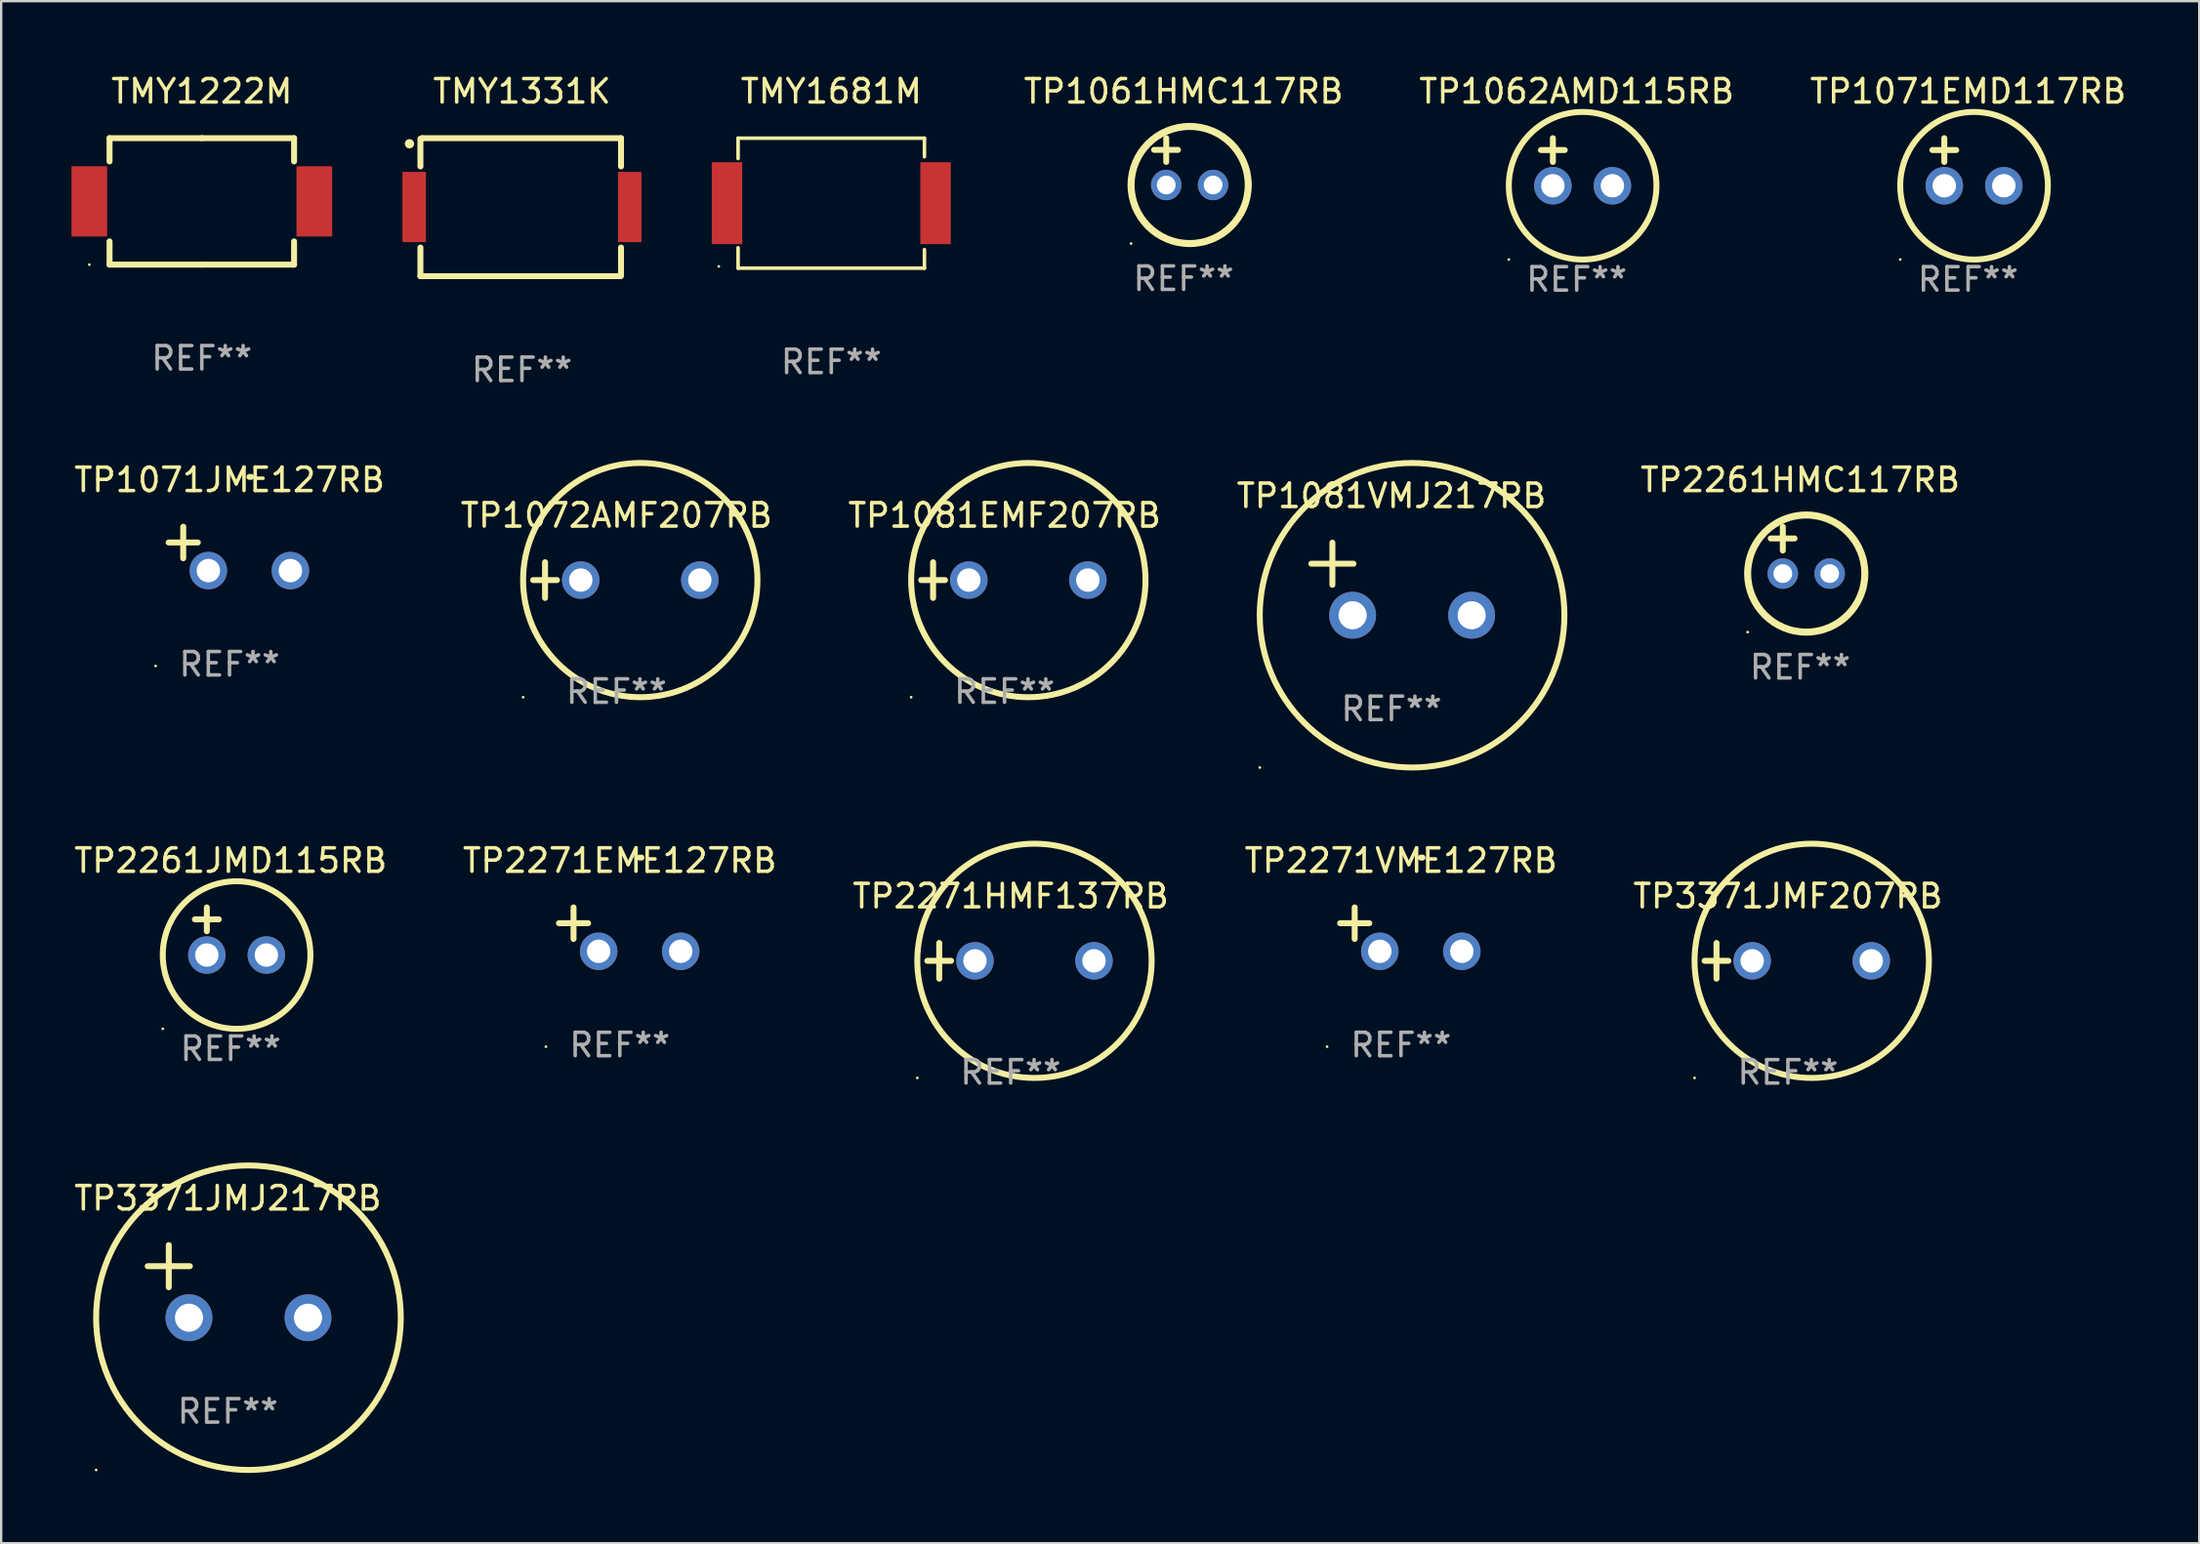
<source format=kicad_pcb>
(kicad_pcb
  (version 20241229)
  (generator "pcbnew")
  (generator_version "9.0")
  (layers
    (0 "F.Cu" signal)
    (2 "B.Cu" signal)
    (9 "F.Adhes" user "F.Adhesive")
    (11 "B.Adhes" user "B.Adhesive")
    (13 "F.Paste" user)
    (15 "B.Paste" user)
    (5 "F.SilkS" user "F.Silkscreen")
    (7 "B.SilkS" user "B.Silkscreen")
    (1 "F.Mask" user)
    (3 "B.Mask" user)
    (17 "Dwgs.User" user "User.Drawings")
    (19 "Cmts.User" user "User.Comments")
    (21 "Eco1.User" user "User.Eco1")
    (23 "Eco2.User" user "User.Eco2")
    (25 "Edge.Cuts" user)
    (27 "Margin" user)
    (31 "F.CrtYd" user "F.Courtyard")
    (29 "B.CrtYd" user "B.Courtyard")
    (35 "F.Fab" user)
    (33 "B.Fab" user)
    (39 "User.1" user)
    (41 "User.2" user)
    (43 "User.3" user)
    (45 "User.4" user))
  (footprint "TP2261JMD115RB"
    (layer "F.Cu")
    (at 6.792 36.708)
    (property "Reference" "TP2261JMD115RB" (at 0 -3.016 0) (layer "F.SilkS") (effects (font (size 1 1) (thickness 0.15))))
    (attr through_hole)
    (fp_line (start -1.524 -0.508) (end -0.508 -0.508) (stroke (width 0.254) (type solid)) (layer "F.SilkS"))
    (fp_line (start -1.016 -1.016) (end -1.016 0) (stroke (width 0.254) (type solid)) (layer "F.SilkS"))
    (fp_circle (center -2.896 4.166) (end -2.866 4.166) (stroke (width 0.06) (type solid)) (fill no) (layer "F.SilkS"))
    (fp_circle (center 0.254 1.016) (end 3.404 1.016) (stroke (width 0.254) (type solid)) (fill no) (layer "F.SilkS"))
    (fp_text user "REF**" (at 0 5.016 0) (layer "F.Fab") (effects (font (size 1 1) (thickness 0.15))))
    (pad "1" thru_hole circle (at -1.016 1.016) (size 1.6 1.6) (drill 1) (layers "*.Cu" "*.Mask"))
    (pad "2" thru_hole circle (at 1.524 1.016) (size 1.6 1.6) (drill 1) (layers "*.Cu" "*.Mask")))
  (footprint "TP1071EMD117RB"
    (layer "F.Cu")
    (at 80.933 3.864)
    (property "Reference" "TP1071EMD117RB" (at 0 -3.016 0) (layer "F.SilkS") (effects (font (size 1 1) (thickness 0.15))))
    (attr through_hole)
    (fp_line (start -1.524 -0.508) (end -0.508 -0.508) (stroke (width 0.254) (type solid)) (layer "F.SilkS"))
    (fp_line (start -1.016 -1.016) (end -1.016 0) (stroke (width 0.254) (type solid)) (layer "F.SilkS"))
    (fp_circle (center -2.896 4.166) (end -2.866 4.166) (stroke (width 0.06) (type solid)) (fill no) (layer "F.SilkS"))
    (fp_circle (center 0.254 1.016) (end 3.404 1.016) (stroke (width 0.254) (type solid)) (fill no) (layer "F.SilkS"))
    (fp_text user "REF**" (at 0 5.016 0) (layer "F.Fab") (effects (font (size 1 1) (thickness 0.15))))
    (pad "1" thru_hole circle (at -1.016 1.016) (size 1.6 1.6) (drill 1) (layers "*.Cu" "*.Mask"))
    (pad "2" thru_hole circle (at 1.524 1.016) (size 1.6 1.6) (drill 1) (layers "*.Cu" "*.Mask")))
  (footprint "TP1071JME127RB"
    (layer "F.Cu")
    (at 6.744 20.374)
    (property "Reference" "TP1071JME127RB" (at 0 -2.937 0) (layer "F.SilkS") (effects (font (size 1 1) (thickness 0.15))))
    (attr through_hole)
    (fp_line (start -1.975 0.41) (end -1.975 -0.937) (stroke (width 0.254) (type solid)) (layer "F.SilkS"))
    (fp_line (start -1.353 -0.263) (end -2.597 -0.263) (stroke (width 0.254) (type solid)) (layer "F.SilkS"))
    (fp_arc (start 0.849809 -3.063957) (mid 0.885369 -3.064114) (end 0.920929 -3.063957) (stroke (width 0.254001) (type solid)) (layer "F.SilkS"))
    (fp_circle (center -3.154 5.008) (end -3.124 5.008) (stroke (width 0.06) (type solid)) (fill no) (layer "F.SilkS"))
    (fp_text user "REF**" (at 0 4.937 0) (layer "F.Fab") (effects (font (size 1 1) (thickness 0.15))))
    (pad "1" thru_hole circle (at -0.903 0.937) (size 1.6 1.6) (drill 1) (layers "*.Cu" "*.Mask"))
    (pad "2" thru_hole circle (at 2.597 0.937) (size 1.6 1.6) (drill 1) (layers "*.Cu" "*.Mask")))
  (footprint "TP1081VMJ217RB"
    (layer "F.Cu")
    (at 56.327 21.667)
    (property "Reference" "TP1081VMJ217RB" (at 0 -3.55 0) (layer "F.SilkS") (effects (font (size 1 1) (thickness 0.15))))
    (attr through_hole)
    (fp_line (start -3.421 -0.65) (end -1.621 -0.65) (stroke (width 0.254) (type solid)) (layer "F.SilkS"))
    (fp_line (start -2.521 -1.55) (end -2.521 0.25) (stroke (width 0.254) (type solid)) (layer "F.SilkS"))
    (fp_circle (center -5.619 8.05) (end -5.589 8.05) (stroke (width 0.06) (type solid)) (fill no) (layer "F.SilkS"))
    (fp_circle (center 0.879 1.55) (end 7.379 1.55) (stroke (width 0.254) (type solid)) (fill no) (layer "F.SilkS"))
    (fp_text user "REF**" (at 0 5.55 0) (layer "F.Fab") (effects (font (size 1 1) (thickness 0.15))))
    (pad "1" thru_hole circle (at -1.659 1.55) (size 2 2) (drill 1.2) (layers "*.Cu" "*.Mask"))
    (pad "2" thru_hole circle (at 3.421 1.55) (size 2 2) (drill 1.2) (layers "*.Cu" "*.Mask")))
  (footprint "TMY1681M"
    (layer "F.Cu")
    (at 32.422 5.624)
    (property "Reference" "TMY1681M" (at 0 -4.776 0) (layer "F.SilkS") (effects (font (size 1 1) (thickness 0.15))))
    (attr through_hole)
    (fp_line (start -3.976 -2.776) (end 3.976 -2.776) (stroke (width 0.152) (type solid)) (layer "F.SilkS"))
    (fp_line (start -3.976 -1.902) (end -3.976 -2.776) (stroke (width 0.152) (type solid)) (layer "F.SilkS"))
    (fp_line (start -3.976 1.902) (end -3.976 2.776) (stroke (width 0.152) (type solid)) (layer "F.SilkS"))
    (fp_line (start -3.976 2.776) (end 3.976 2.776) (stroke (width 0.152) (type solid)) (layer "F.SilkS"))
    (fp_line (start 3.976 -2.776) (end 3.976 -1.981) (stroke (width 0.152) (type solid)) (layer "F.SilkS"))
    (fp_line (start 3.976 1.981) (end 3.976 2.776) (stroke (width 0.152) (type solid)) (layer "F.SilkS"))
    (fp_circle (center -4.8 2.7) (end -4.77 2.7) (stroke (width 0.06) (type solid)) (fill no) (layer "F.SilkS"))
    (fp_text user "REF**" (at 0 6.776 0) (layer "F.Fab") (effects (font (size 1 1) (thickness 0.15))))
    (pad "1" smd rect (at -4.45 0) (size 1.3 3.5) (layers "F.Cu" "F.Mask" "F.Paste"))
    (pad "2" smd rect (at 4.45 0) (size 1.3 3.5) (layers "F.Cu" "F.Mask" "F.Paste")))
  (footprint "TP2271HMF137RB"
    (layer "F.Cu")
    (at 40.077 37.971)
    (property "Reference" "TP2271HMF137RB" (at 0 -2.762 0) (layer "F.SilkS") (effects (font (size 1 1) (thickness 0.15))))
    (attr through_hole)
    (fp_line (start -3.556 0) (end -2.54 0) (stroke (width 0.254) (type solid)) (layer "F.SilkS"))
    (fp_line (start -3.048 -0.762) (end -3.048 0.762) (stroke (width 0.254) (type solid)) (layer "F.SilkS"))
    (fp_circle (center -3.984 5) (end -3.954 5) (stroke (width 0.06) (type solid)) (fill no) (layer "F.SilkS"))
    (fp_circle (center 1.016 0) (end 6.016 0) (stroke (width 0.254) (type solid)) (fill no) (layer "F.SilkS"))
    (fp_text user "REF**" (at 0 4.762 0) (layer "F.Fab") (effects (font (size 1 1) (thickness 0.15))))
    (pad "1" thru_hole circle (at -1.524 0) (size 1.6 1.6) (drill 1) (layers "*.Cu" "*.Mask"))
    (pad "2" thru_hole circle (at 3.556 0) (size 1.6 1.6) (drill 1) (layers "*.Cu" "*.Mask")))
  (footprint "TP1081EMF207RB"
    (layer "F.Cu")
    (at 39.815 21.716)
    (property "Reference" "TP1081EMF207RB" (at 0 -2.762 0) (layer "F.SilkS") (effects (font (size 1 1) (thickness 0.15))))
    (attr through_hole)
    (fp_line (start -3.556 0) (end -2.54 0) (stroke (width 0.254) (type solid)) (layer "F.SilkS"))
    (fp_line (start -3.048 -0.762) (end -3.048 0.762) (stroke (width 0.254) (type solid)) (layer "F.SilkS"))
    (fp_circle (center -3.984 5) (end -3.954 5) (stroke (width 0.06) (type solid)) (fill no) (layer "F.SilkS"))
    (fp_circle (center 1.016 0) (end 6.016 0) (stroke (width 0.254) (type solid)) (fill no) (layer "F.SilkS"))
    (fp_text user "REF**" (at 0 4.762 0) (layer "F.Fab") (effects (font (size 1 1) (thickness 0.15))))
    (pad "1" thru_hole circle (at -1.524 0) (size 1.6 1.6) (drill 1) (layers "*.Cu" "*.Mask"))
    (pad "2" thru_hole circle (at 3.556 0) (size 1.6 1.6) (drill 1) (layers "*.Cu" "*.Mask")))
  (footprint "TP2271EME127RB"
    (layer "F.Cu")
    (at 23.399 36.628)
    (property "Reference" "TP2271EME127RB" (at 0 -2.937 0) (layer "F.SilkS") (effects (font (size 1 1) (thickness 0.15))))
    (attr through_hole)
    (fp_line (start -1.975 0.41) (end -1.975 -0.937) (stroke (width 0.254) (type solid)) (layer "F.SilkS"))
    (fp_line (start -1.353 -0.263) (end -2.597 -0.263) (stroke (width 0.254) (type solid)) (layer "F.SilkS"))
    (fp_arc (start 0.849809 -3.063957) (mid 0.885369 -3.064114) (end 0.920929 -3.063957) (stroke (width 0.254001) (type solid)) (layer "F.SilkS"))
    (fp_circle (center -3.154 5.008) (end -3.124 5.008) (stroke (width 0.06) (type solid)) (fill no) (layer "F.SilkS"))
    (fp_text user "REF**" (at 0 4.937 0) (layer "F.Fab") (effects (font (size 1 1) (thickness 0.15))))
    (pad "1" thru_hole circle (at -0.903 0.937) (size 1.6 1.6) (drill 1) (layers "*.Cu" "*.Mask"))
    (pad "2" thru_hole circle (at 2.597 0.937) (size 1.6 1.6) (drill 1) (layers "*.Cu" "*.Mask")))
  (footprint "TP3371JMF207RB"
    (layer "F.Cu")
    (at 73.244 37.971)
    (property "Reference" "TP3371JMF207RB" (at 0 -2.762 0) (layer "F.SilkS") (effects (font (size 1 1) (thickness 0.15))))
    (attr through_hole)
    (fp_line (start -3.556 0) (end -2.54 0) (stroke (width 0.254) (type solid)) (layer "F.SilkS"))
    (fp_line (start -3.048 -0.762) (end -3.048 0.762) (stroke (width 0.254) (type solid)) (layer "F.SilkS"))
    (fp_circle (center -3.984 5) (end -3.954 5) (stroke (width 0.06) (type solid)) (fill no) (layer "F.SilkS"))
    (fp_circle (center 1.016 0) (end 6.016 0) (stroke (width 0.254) (type solid)) (fill no) (layer "F.SilkS"))
    (fp_text user "REF**" (at 0 4.762 0) (layer "F.Fab") (effects (font (size 1 1) (thickness 0.15))))
    (pad "1" thru_hole circle (at -1.524 0) (size 1.6 1.6) (drill 1) (layers "*.Cu" "*.Mask"))
    (pad "2" thru_hole circle (at 3.556 0) (size 1.6 1.6) (drill 1) (layers "*.Cu" "*.Mask")))
  (footprint "TP2271VME127RB"
    (layer "F.Cu")
    (at 56.732 36.628)
    (property "Reference" "TP2271VME127RB" (at 0 -2.937 0) (layer "F.SilkS") (effects (font (size 1 1) (thickness 0.15))))
    (attr through_hole)
    (fp_line (start -1.975 0.41) (end -1.975 -0.937) (stroke (width 0.254) (type solid)) (layer "F.SilkS"))
    (fp_line (start -1.353 -0.263) (end -2.597 -0.263) (stroke (width 0.254) (type solid)) (layer "F.SilkS"))
    (fp_arc (start 0.849809 -3.063957) (mid 0.885369 -3.064114) (end 0.920929 -3.063957) (stroke (width 0.254001) (type solid)) (layer "F.SilkS"))
    (fp_circle (center -3.154 5.008) (end -3.124 5.008) (stroke (width 0.06) (type solid)) (fill no) (layer "F.SilkS"))
    (fp_text user "REF**" (at 0 4.937 0) (layer "F.Fab") (effects (font (size 1 1) (thickness 0.15))))
    (pad "1" thru_hole circle (at -0.903 0.937) (size 1.6 1.6) (drill 1) (layers "*.Cu" "*.Mask"))
    (pad "2" thru_hole circle (at 2.597 0.937) (size 1.6 1.6) (drill 1) (layers "*.Cu" "*.Mask")))
  (footprint "TP2261HMC117RB"
    (layer "F.Cu")
    (at 73.768 20.438)
    (property "Reference" "TP2261HMC117RB" (at 0 -3 0) (layer "F.SilkS") (effects (font (size 1 1) (thickness 0.15))))
    (attr through_hole)
    (fp_line (start -1.258 -0.5) (end -0.242 -0.5) (stroke (width 0.254) (type solid)) (layer "F.SilkS"))
    (fp_line (start -0.742 -1) (end -0.742 0.016) (stroke (width 0.254) (type solid)) (layer "F.SilkS"))
    (fp_circle (center -2.242 3.5) (end -2.212 3.5) (stroke (width 0.06) (type solid)) (fill no) (layer "F.SilkS"))
    (fp_circle (center 0.258 1) (end 2.758 1) (stroke (width 0.3) (type solid)) (fill no) (layer "F.SilkS"))
    (fp_text user "REF**" (at 0 5 0) (layer "F.Fab") (effects (font (size 1 1) (thickness 0.15))))
    (pad "1" thru_hole circle (at -0.742 1) (size 1.3 1.3) (drill 0.8) (layers "*.Cu" "*.Mask"))
    (pad "2" thru_hole circle (at 1.258 1) (size 1.3 1.3) (drill 0.8) (layers "*.Cu" "*.Mask")))
  (footprint "TP1061HMC117RB"
    (layer "F.Cu")
    (at 47.457 3.848)
    (property "Reference" "TP1061HMC117RB" (at 0 -3 0) (layer "F.SilkS") (effects (font (size 1 1) (thickness 0.15))))
    (attr through_hole)
    (fp_line (start -1.258 -0.5) (end -0.242 -0.5) (stroke (width 0.254) (type solid)) (layer "F.SilkS"))
    (fp_line (start -0.742 -1) (end -0.742 0.016) (stroke (width 0.254) (type solid)) (layer "F.SilkS"))
    (fp_circle (center -2.242 3.5) (end -2.212 3.5) (stroke (width 0.06) (type solid)) (fill no) (layer "F.SilkS"))
    (fp_circle (center 0.258 1) (end 2.758 1) (stroke (width 0.3) (type solid)) (fill no) (layer "F.SilkS"))
    (fp_text user "REF**" (at 0 5 0) (layer "F.Fab") (effects (font (size 1 1) (thickness 0.15))))
    (pad "1" thru_hole circle (at -0.742 1) (size 1.3 1.3) (drill 0.8) (layers "*.Cu" "*.Mask"))
    (pad "2" thru_hole circle (at 1.258 1) (size 1.3 1.3) (drill 0.8) (layers "*.Cu" "*.Mask")))
  (footprint "TMY1331K"
    (layer "F.Cu")
    (at 19.223 5.795)
    (property "Reference" "TMY1331K" (at 0 -4.946 0) (layer "F.SilkS") (effects (font (size 1 1) (thickness 0.15))))
    (attr through_hole)
    (fp_line (start -4.333 -2.921) (end -4.333 -1.739) (stroke (width 0.254) (type solid)) (layer "F.SilkS"))
    (fp_line (start -4.333 1.723) (end -4.333 2.946) (stroke (width 0.254) (type solid)) (layer "F.SilkS"))
    (fp_line (start -4.333 2.946) (end 4.201 2.946) (stroke (width 0.254) (type solid)) (layer "F.SilkS"))
    (fp_line (start -4.257 -2.946) (end -4.282 -2.921) (stroke (width 0.254) (type solid)) (layer "F.SilkS"))
    (fp_line (start 4.201 2.946) (end 4.227 2.921) (stroke (width 0.254) (type solid)) (layer "F.SilkS"))
    (fp_line (start 4.227 -2.946) (end -4.257 -2.946) (stroke (width 0.254) (type solid)) (layer "F.SilkS"))
    (fp_line (start 4.227 -1.739) (end 4.227 -2.946) (stroke (width 0.254) (type solid)) (layer "F.SilkS"))
    (fp_line (start 4.227 2.921) (end 4.227 1.723) (stroke (width 0.254) (type solid)) (layer "F.SilkS"))
    (fp_circle (center -4.8 -2.708) (end -4.7 -2.708) (stroke (width 0.2) (type solid)) (fill no) (layer "F.SilkS"))
    (fp_text user "REF**" (at 0 6.946 0) (layer "F.Fab") (effects (font (size 1 1) (thickness 0.15))))
    (pad "1" smd rect (at -4.599 -0.008) (size 1 3) (layers "F.Cu" "F.Mask" "F.Paste"))
    (pad "2" smd rect (at 4.599 -0.008) (size 1 3) (layers "F.Cu" "F.Mask" "F.Paste")))
  (footprint "TP3371JMJ217RB"
    (layer "F.Cu")
    (at 6.673 51.658)
    (property "Reference" "TP3371JMJ217RB" (at 0 -3.55 0) (layer "F.SilkS") (effects (font (size 1 1) (thickness 0.15))))
    (attr through_hole)
    (fp_line (start -3.421 -0.65) (end -1.621 -0.65) (stroke (width 0.254) (type solid)) (layer "F.SilkS"))
    (fp_line (start -2.521 -1.55) (end -2.521 0.25) (stroke (width 0.254) (type solid)) (layer "F.SilkS"))
    (fp_circle (center -5.619 8.05) (end -5.589 8.05) (stroke (width 0.06) (type solid)) (fill no) (layer "F.SilkS"))
    (fp_circle (center 0.879 1.55) (end 7.379 1.55) (stroke (width 0.254) (type solid)) (fill no) (layer "F.SilkS"))
    (fp_text user "REF**" (at 0 5.55 0) (layer "F.Fab") (effects (font (size 1 1) (thickness 0.15))))
    (pad "1" thru_hole circle (at -1.659 1.55) (size 2 2) (drill 1.2) (layers "*.Cu" "*.Mask"))
    (pad "2" thru_hole circle (at 3.421 1.55) (size 2 2) (drill 1.2) (layers "*.Cu" "*.Mask")))
  (footprint "TP1062AMD115RB"
    (layer "F.Cu")
    (at 64.23 3.864)
    (property "Reference" "TP1062AMD115RB" (at 0 -3.016 0) (layer "F.SilkS") (effects (font (size 1 1) (thickness 0.15))))
    (attr through_hole)
    (fp_line (start -1.524 -0.508) (end -0.508 -0.508) (stroke (width 0.254) (type solid)) (layer "F.SilkS"))
    (fp_line (start -1.016 -1.016) (end -1.016 0) (stroke (width 0.254) (type solid)) (layer "F.SilkS"))
    (fp_circle (center -2.896 4.166) (end -2.866 4.166) (stroke (width 0.06) (type solid)) (fill no) (layer "F.SilkS"))
    (fp_circle (center 0.254 1.016) (end 3.404 1.016) (stroke (width 0.254) (type solid)) (fill no) (layer "F.SilkS"))
    (fp_text user "REF**" (at 0 5.016 0) (layer "F.Fab") (effects (font (size 1 1) (thickness 0.15))))
    (pad "1" thru_hole circle (at -1.016 1.016) (size 1.6 1.6) (drill 1) (layers "*.Cu" "*.Mask"))
    (pad "2" thru_hole circle (at 1.524 1.016) (size 1.6 1.6) (drill 1) (layers "*.Cu" "*.Mask")))
  (footprint "TMY1222M"
    (layer "F.Cu")
    (at 5.562 5.548)
    (property "Reference" "TMY1222M" (at 0 -4.7 0) (layer "F.SilkS") (effects (font (size 1 1) (thickness 0.15))))
    (attr through_hole)
    (fp_line (start -3.937 -2.7) (end -3.937 -1.708) (stroke (width 0.254) (type solid)) (layer "F.SilkS"))
    (fp_line (start -3.937 1.708) (end -3.937 2.7) (stroke (width 0.254) (type solid)) (layer "F.SilkS"))
    (fp_line (start 0.000051 -2.7) (end -3.937 -2.7) (stroke (width 0.254) (type solid)) (layer "F.SilkS"))
    (fp_line (start 0.000051 -2.7) (end 3.937 -2.7) (stroke (width 0.254) (type solid)) (layer "F.SilkS"))
    (fp_line (start 0.000051 2.7) (end -3.937 2.7) (stroke (width 0.254) (type solid)) (layer "F.SilkS"))
    (fp_line (start 0.000051 2.7) (end 3.937 2.7) (stroke (width 0.254) (type solid)) (layer "F.SilkS"))
    (fp_line (start 3.937 -2.7) (end 3.937 -1.708) (stroke (width 0.254) (type solid)) (layer "F.SilkS"))
    (fp_line (start 3.937 1.708) (end 3.937 2.7) (stroke (width 0.254) (type solid)) (layer "F.SilkS"))
    (fp_circle (center -4.8 2.7) (end -4.77 2.7) (stroke (width 0.06) (type solid)) (fill no) (layer "F.SilkS"))
    (fp_text user "REF**" (at 0 6.7 0) (layer "F.Fab") (effects (font (size 1 1) (thickness 0.15))))
    (pad "1" smd rect (at -4.8 0) (size 1.524 3) (layers "F.Cu" "F.Mask" "F.Paste"))
    (pad "2" smd rect (at 4.8 0) (size 1.524 3) (layers "F.Cu" "F.Mask" "F.Paste")))
  (footprint "TP1072AMF207RB"
    (layer "F.Cu")
    (at 23.256 21.716)
    (property "Reference" "TP1072AMF207RB" (at 0 -2.762 0) (layer "F.SilkS") (effects (font (size 1 1) (thickness 0.15))))
    (attr through_hole)
    (fp_line (start -3.556 0) (end -2.54 0) (stroke (width 0.254) (type solid)) (layer "F.SilkS"))
    (fp_line (start -3.048 -0.762) (end -3.048 0.762) (stroke (width 0.254) (type solid)) (layer "F.SilkS"))
    (fp_circle (center -3.984 5) (end -3.954 5) (stroke (width 0.06) (type solid)) (fill no) (layer "F.SilkS"))
    (fp_circle (center 1.016 0) (end 6.016 0) (stroke (width 0.254) (type solid)) (fill no) (layer "F.SilkS"))
    (fp_text user "REF**" (at 0 4.762 0) (layer "F.Fab") (effects (font (size 1 1) (thickness 0.15))))
    (pad "1" thru_hole circle (at -1.524 0) (size 1.6 1.6) (drill 1) (layers "*.Cu" "*.Mask"))
    (pad "2" thru_hole circle (at 3.556 0) (size 1.6 1.6) (drill 1) (layers "*.Cu" "*.Mask")))
  (gr_rect
    (start -3 -3)
    (end 90.796 62.835)
    (stroke (width 0.1) (type default))
    (fill no)
    (layer "Edge.Cuts")))
</source>
